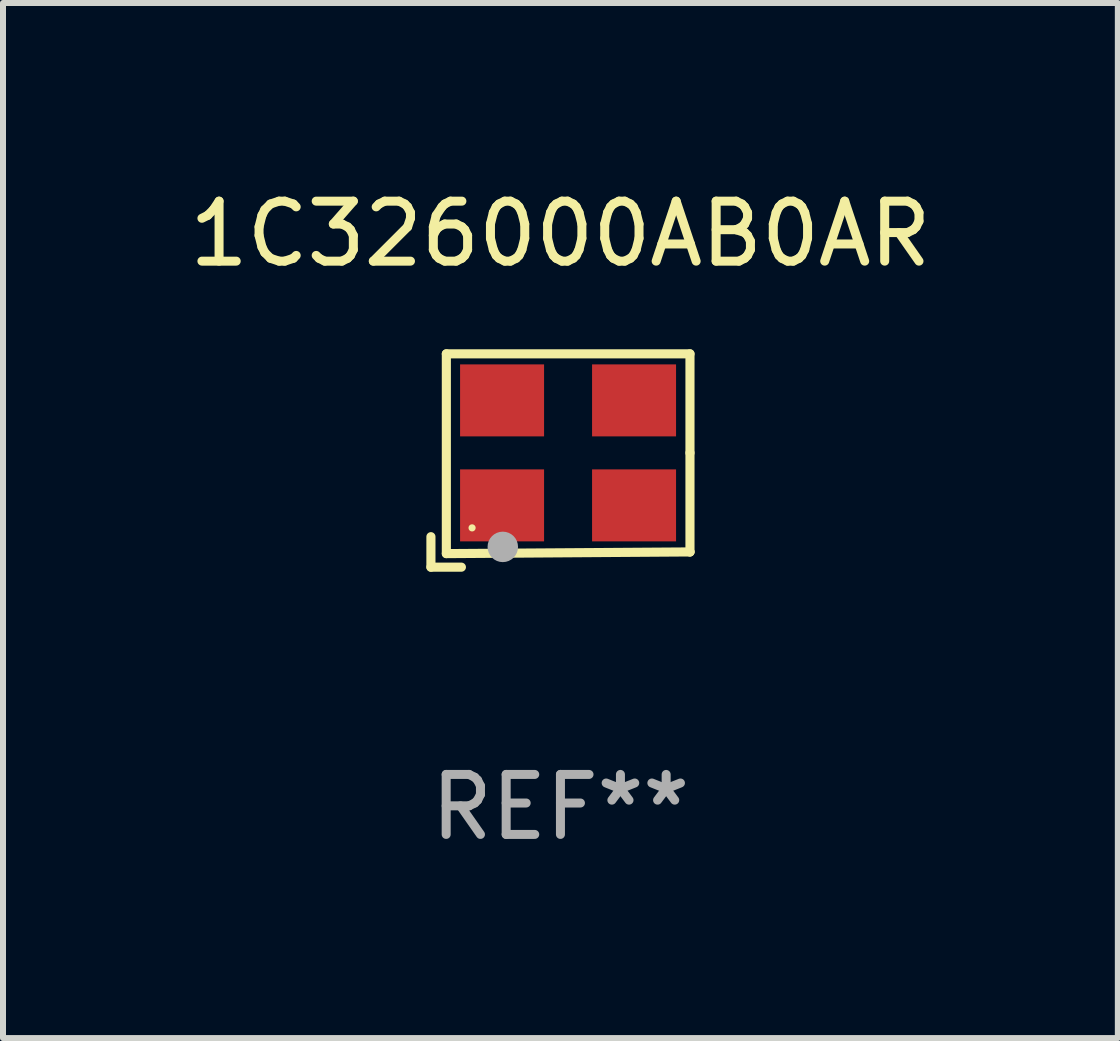
<source format=kicad_pcb>
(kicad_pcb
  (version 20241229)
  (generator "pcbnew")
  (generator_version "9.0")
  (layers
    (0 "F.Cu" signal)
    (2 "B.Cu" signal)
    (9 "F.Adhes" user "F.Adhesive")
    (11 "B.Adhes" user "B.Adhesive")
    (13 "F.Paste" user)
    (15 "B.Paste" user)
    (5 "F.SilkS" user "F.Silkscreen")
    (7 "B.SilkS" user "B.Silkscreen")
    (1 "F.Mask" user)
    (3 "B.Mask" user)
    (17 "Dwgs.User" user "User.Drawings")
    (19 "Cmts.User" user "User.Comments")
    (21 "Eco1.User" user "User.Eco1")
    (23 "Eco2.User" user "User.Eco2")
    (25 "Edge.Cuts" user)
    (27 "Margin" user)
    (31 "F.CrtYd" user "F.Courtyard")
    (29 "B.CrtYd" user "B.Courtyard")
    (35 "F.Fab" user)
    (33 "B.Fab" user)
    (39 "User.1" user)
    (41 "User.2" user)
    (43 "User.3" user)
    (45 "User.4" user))
  (footprint "1C326000AB0AR"
    (layer "F.Cu")
    (at 6.292 4.626)
    (property "Reference" "1C326000AB0AR" (at 0 -3.778 0) (layer "F.SilkS") (effects (font (size 1 1) (thickness 0.15))))
    (attr through_hole)
    (fp_line (start -2.159 1.27) (end -2.159 1.778) (stroke (width 0.152) (type solid)) (layer "F.SilkS"))
    (fp_line (start -2.159 1.778) (end -1.651 1.778) (stroke (width 0.152) (type solid)) (layer "F.SilkS"))
    (fp_line (start -1.902 -1.778) (end 2.159 -1.778) (stroke (width 0.152) (type solid)) (layer "F.SilkS"))
    (fp_line (start -1.902 1.552) (end -1.902 -1.778) (stroke (width 0.152) (type solid)) (layer "F.SilkS"))
    (fp_line (start 2.159 -1.778) (end 2.159 -0.127) (stroke (width 0.152) (type solid)) (layer "F.SilkS"))
    (fp_line (start 2.159 -0.127) (end 2.159 1.524) (stroke (width 0.152) (type solid)) (layer "F.SilkS"))
    (fp_line (start 2.159 1.524) (end -1.902 1.552) (stroke (width 0.152) (type solid)) (layer "F.SilkS"))
    (fp_line (start 2.159 1.524) (end 2.159 1.524) (stroke (width 0.152) (type solid)) (layer "F.SilkS"))
    (fp_circle (center -1.473 1.123) (end -1.443 1.123) (stroke (width 0.06) (type solid)) (fill no) (layer "F.SilkS"))
    (fp_circle (center -0.961 1.44) (end -0.834 1.44) (stroke (width 0.254) (type solid)) (fill no) (layer "F.Fab"))
    (fp_text user "REF**" (at 0 5.778 0) (layer "F.Fab") (effects (font (size 1 1) (thickness 0.15))))
    (pad "1" smd rect (at -0.973 0.748) (size 1.4 1.2) (layers "F.Cu" "F.Mask" "F.Paste"))
    (pad "2" smd rect (at 1.227 0.748) (size 1.4 1.2) (layers "F.Cu" "F.Mask" "F.Paste"))
    (pad "3" smd rect (at 1.227 -1.002) (size 1.4 1.2) (layers "F.Cu" "F.Mask" "F.Paste"))
    (pad "4" smd rect (at -0.973 -1.002) (size 1.4 1.2) (layers "F.Cu" "F.Mask" "F.Paste")))
  (gr_rect
    (start -3 -3)
    (end 15.583 14.253)
    (stroke (width 0.1) (type default))
    (fill no)
    (layer "Edge.Cuts")))
</source>
